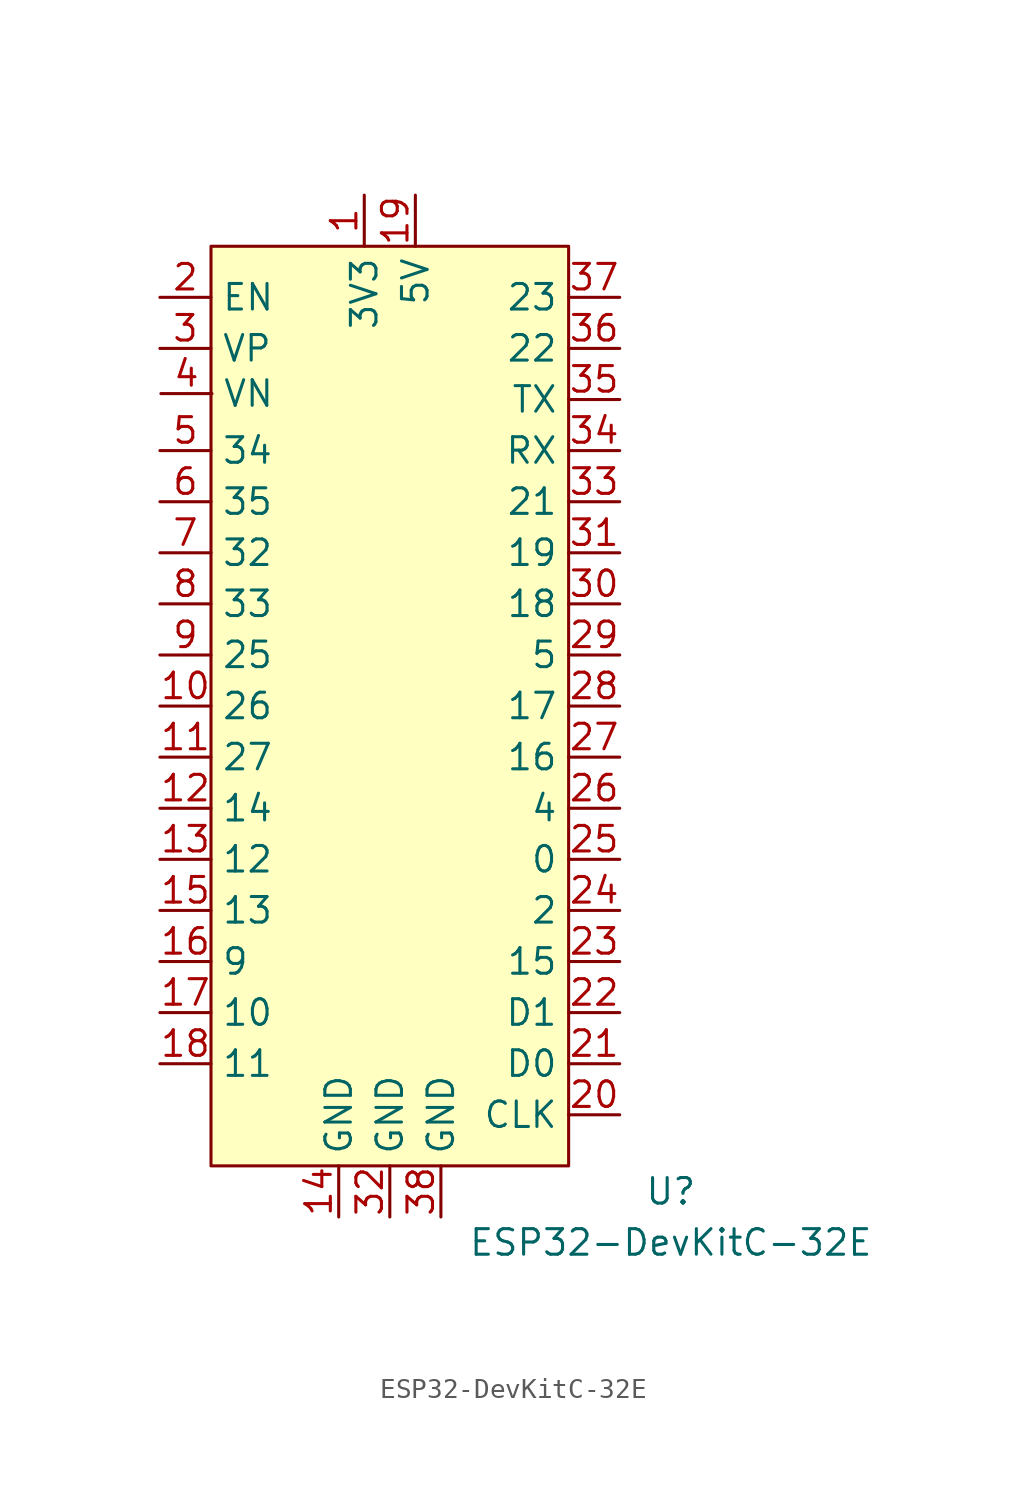
<source format=kicad_sym>
(kicad_symbol_lib
  (version 20220914)
  (generator kicad_symbol_editor)
  (symbol "ESP32-DevKitC-32E"
    (property "Reference" "U"
      (at 13.97 -24.13 0)
      (effects (font (size 1.27 1.27))))
    (property "Value" "ESP32-DevKitC-32E"
      (at 13.97 -26.67 0)
      (effects (font (size 1.27 1.27))))
    (symbol "ESP32-DevKitC-32E_1_1"
      (rectangle (start -8.89 22.86) (end 8.89 -22.86) (stroke (width 0) (type default)) (fill (type background)))
      (pin power_in line (at -1.27 25.4 270) (length 2.54) (name "3V3" (effects (font (size 1.27 1.27)))) (number "1" (effects (font (size 1.27 1.27)))))
      (pin bidirectional line (at -11.43 0 0) (length 2.54) (name "26" (effects (font (size 1.27 1.27)))) (number "10" (effects (font (size 1.27 1.27)))))
      (pin bidirectional line (at -11.43 -2.54 0) (length 2.54) (name "27" (effects (font (size 1.27 1.27)))) (number "11" (effects (font (size 1.27 1.27)))))
      (pin bidirectional line (at -11.43 -5.08 0) (length 2.54) (name "14" (effects (font (size 1.27 1.27)))) (number "12" (effects (font (size 1.27 1.27)))))
      (pin bidirectional line (at -11.43 -7.62 0) (length 2.54) (name "12" (effects (font (size 1.27 1.27)))) (number "13" (effects (font (size 1.27 1.27)))))
      (pin power_in line (at -2.54 -25.4 90) (length 2.54) (name "GND" (effects (font (size 1.27 1.27)))) (number "14" (effects (font (size 1.27 1.27)))))
      (pin bidirectional line (at -11.43 -10.16 0) (length 2.54) (name "13" (effects (font (size 1.27 1.27)))) (number "15" (effects (font (size 1.27 1.27)))))
      (pin bidirectional line (at -11.43 -12.7 0) (length 2.54) (name "9" (effects (font (size 1.27 1.27)))) (number "16" (effects (font (size 1.27 1.27)))))
      (pin bidirectional line (at -11.43 -15.24 0) (length 2.54) (name "10" (effects (font (size 1.27 1.27)))) (number "17" (effects (font (size 1.27 1.27)))))
      (pin bidirectional line (at -11.43 -17.78 0) (length 2.54) (name "11" (effects (font (size 1.27 1.27)))) (number "18" (effects (font (size 1.27 1.27)))))
      (pin power_in line (at 1.27 25.4 270) (length 2.54) (name "5V" (effects (font (size 1.27 1.27)))) (number "19" (effects (font (size 1.27 1.27)))))
      (pin input line (at -11.43 20.32 0) (length 2.54) (name "EN" (effects (font (size 1.27 1.27)))) (number "2" (effects (font (size 1.27 1.27)))))
      (pin bidirectional line (at 11.43 -20.32 180) (length 2.54) (name "CLK" (effects (font (size 1.27 1.27)))) (number "20" (effects (font (size 1.27 1.27)))))
      (pin bidirectional line (at 11.43 -17.78 180) (length 2.54) (name "D0" (effects (font (size 1.27 1.27)))) (number "21" (effects (font (size 1.27 1.27)))))
      (pin bidirectional line (at 11.43 -15.24 180) (length 2.54) (name "D1" (effects (font (size 1.27 1.27)))) (number "22" (effects (font (size 1.27 1.27)))))
      (pin bidirectional line (at 11.43 -12.7 180) (length 2.54) (name "15" (effects (font (size 1.27 1.27)))) (number "23" (effects (font (size 1.27 1.27)))))
      (pin bidirectional line (at 11.43 -10.16 180) (length 2.54) (name "2" (effects (font (size 1.27 1.27)))) (number "24" (effects (font (size 1.27 1.27)))))
      (pin bidirectional line (at 11.43 -7.62 180) (length 2.54) (name "0" (effects (font (size 1.27 1.27)))) (number "25" (effects (font (size 1.27 1.27)))))
      (pin bidirectional line (at 11.43 -5.08 180) (length 2.54) (name "4" (effects (font (size 1.27 1.27)))) (number "26" (effects (font (size 1.27 1.27)))))
      (pin bidirectional line (at 11.43 -2.54 180) (length 2.54) (name "16" (effects (font (size 1.27 1.27)))) (number "27" (effects (font (size 1.27 1.27)))))
      (pin bidirectional line (at 11.43 0 180) (length 2.54) (name "17" (effects (font (size 1.27 1.27)))) (number "28" (effects (font (size 1.27 1.27)))))
      (pin bidirectional line (at 11.43 2.54 180) (length 2.54) (name "5" (effects (font (size 1.27 1.27)))) (number "29" (effects (font (size 1.27 1.27)))))
      (pin input line (at -11.43 17.78 0) (length 2.54) (name "VP" (effects (font (size 1.27 1.27)))) (number "3" (effects (font (size 1.27 1.27)))))
      (pin bidirectional line (at 11.43 5.08 180) (length 2.54) (name "18" (effects (font (size 1.27 1.27)))) (number "30" (effects (font (size 1.27 1.27)))))
      (pin bidirectional line (at 11.43 7.62 180) (length 2.54) (name "19" (effects (font (size 1.27 1.27)))) (number "31" (effects (font (size 1.27 1.27)))))
      (pin power_in line (at 0 -25.4 90) (length 2.54) (name "GND" (effects (font (size 1.27 1.27)))) (number "32" (effects (font (size 1.27 1.27)))))
      (pin bidirectional line (at 11.43 10.16 180) (length 2.54) (name "21" (effects (font (size 1.27 1.27)))) (number "33" (effects (font (size 1.27 1.27)))))
      (pin bidirectional line (at 11.43 12.7 180) (length 2.54) (name "RX" (effects (font (size 1.27 1.27)))) (number "34" (effects (font (size 1.27 1.27)))))
      (pin bidirectional line (at 11.43 15.24 180) (length 2.54) (name "TX" (effects (font (size 1.27 1.27)))) (number "35" (effects (font (size 1.27 1.27)))))
      (pin bidirectional line (at 11.43 17.78 180) (length 2.54) (name "22" (effects (font (size 1.27 1.27)))) (number "36" (effects (font (size 1.27 1.27)))))
      (pin bidirectional line (at 11.43 20.32 180) (length 2.54) (name "23" (effects (font (size 1.27 1.27)))) (number "37" (effects (font (size 1.27 1.27)))))
      (pin power_in line (at 2.54 -25.4 90) (length 2.54) (name "GND" (effects (font (size 1.27 1.27)))) (number "38" (effects (font (size 1.27 1.27)))))
      (pin input line (at -11.381 15.534 0) (length 2.54) (name "VN" (effects (font (size 1.27 1.27)))) (number "4" (effects (font (size 1.27 1.27)))))
      (pin input line (at -11.43 12.7 0) (length 2.54) (name "34" (effects (font (size 1.27 1.27)))) (number "5" (effects (font (size 1.27 1.27)))))
      (pin input line (at -11.43 10.16 0) (length 2.54) (name "35" (effects (font (size 1.27 1.27)))) (number "6" (effects (font (size 1.27 1.27)))))
      (pin bidirectional line (at -11.43 7.62 0) (length 2.54) (name "32" (effects (font (size 1.27 1.27)))) (number "7" (effects (font (size 1.27 1.27)))))
      (pin bidirectional line (at -11.43 5.08 0) (length 2.54) (name "33" (effects (font (size 1.27 1.27)))) (number "8" (effects (font (size 1.27 1.27)))))
      (pin bidirectional line (at -11.43 2.54 0) (length 2.54) (name "25" (effects (font (size 1.27 1.27)))) (number "9" (effects (font (size 1.27 1.27))))))))
</source>
